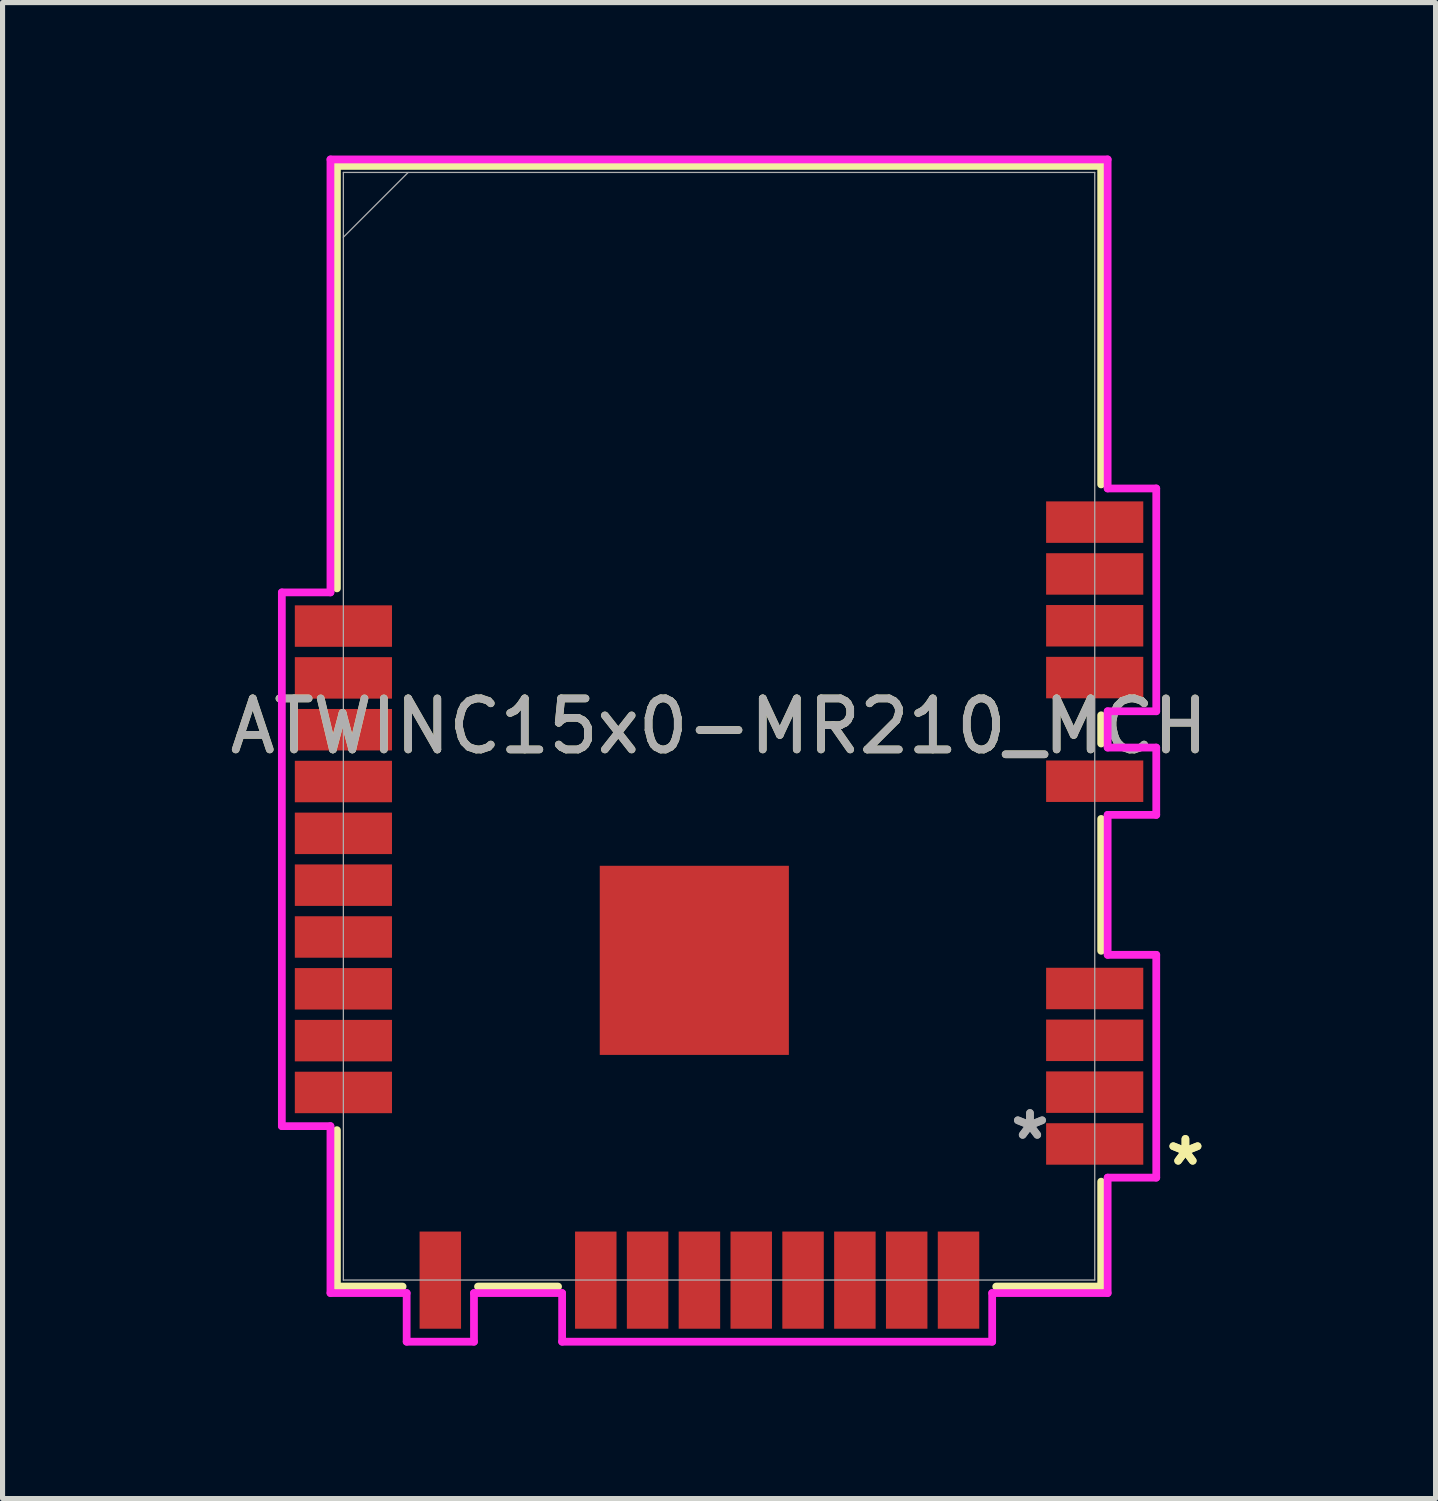
<source format=kicad_pcb>
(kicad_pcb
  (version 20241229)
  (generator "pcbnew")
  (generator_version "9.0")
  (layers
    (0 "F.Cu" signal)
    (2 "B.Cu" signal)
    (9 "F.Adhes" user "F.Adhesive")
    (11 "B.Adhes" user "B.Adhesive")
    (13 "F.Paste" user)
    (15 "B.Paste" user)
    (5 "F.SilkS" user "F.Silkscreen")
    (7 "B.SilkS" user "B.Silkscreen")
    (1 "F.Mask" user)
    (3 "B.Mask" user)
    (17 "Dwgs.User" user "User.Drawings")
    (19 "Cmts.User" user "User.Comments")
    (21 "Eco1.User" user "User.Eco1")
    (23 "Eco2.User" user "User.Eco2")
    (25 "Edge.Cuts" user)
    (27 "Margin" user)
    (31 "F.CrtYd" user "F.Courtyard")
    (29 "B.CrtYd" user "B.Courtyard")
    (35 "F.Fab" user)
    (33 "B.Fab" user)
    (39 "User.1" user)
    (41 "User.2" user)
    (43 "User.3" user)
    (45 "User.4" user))
  (footprint "ATWINC15x0-MR210_MCH"
    (layer "F.Cu")
    (at 11.048 11.189)
    (property "Reference" "ATWINC15x0-MR210_MCH" (at 0 0 0) (unlocked yes) (layer "F.SilkS") (effects (font (size 1 1) (thickness 0.15))))
    (attr smd)
    (fp_line (start -7.492 -10.986) (end 7.492 -10.986) (stroke (width 0.152) (type solid)) (layer "F.SilkS"))
    (fp_line (start -7.492 -2.703) (end -7.492 -10.986) (stroke (width 0.152) (type solid)) (layer "F.SilkS"))
    (fp_line (start -7.492 10.986) (end -7.492 7.919) (stroke (width 0.152) (type solid)) (layer "F.SilkS"))
    (fp_line (start -6.204 10.986) (end -7.492 10.986) (stroke (width 0.152) (type solid)) (layer "F.SilkS"))
    (fp_line (start -3.156 10.986) (end -4.726 10.986) (stroke (width 0.152) (type solid)) (layer "F.SilkS"))
    (fp_line (start 7.492 -10.986) (end 7.492 -4.741) (stroke (width 0.152) (type solid)) (layer "F.SilkS"))
    (fp_line (start 7.492 -0.215) (end 7.492 0.339) (stroke (width 0.152) (type solid)) (layer "F.SilkS"))
    (fp_line (start 7.492 1.817) (end 7.492 4.403) (stroke (width 0.152) (type solid)) (layer "F.SilkS"))
    (fp_line (start 7.492 8.929) (end 7.492 10.986) (stroke (width 0.152) (type solid)) (layer "F.SilkS"))
    (fp_line (start 7.492 10.986) (end 5.434 10.986) (stroke (width 0.152) (type solid)) (layer "F.SilkS"))
    (fp_poly (pts (xy -2.239 2.836) (xy -2.239 4.49) (xy -0.585 4.49) (xy -0.585 2.836)) (stroke (width 0) (type solid)) (fill yes) (layer "F.Paste"))
    (fp_poly (pts (xy -2.239 4.69) (xy -2.239 6.344) (xy -0.585 6.344) (xy -0.585 4.69)) (stroke (width 0) (type solid)) (fill yes) (layer "F.Paste"))
    (fp_poly (pts (xy -0.385 2.836) (xy -0.385 4.49) (xy 1.269 4.49) (xy 1.269 2.836)) (stroke (width 0) (type solid)) (fill yes) (layer "F.Paste"))
    (fp_poly (pts (xy -0.385 4.69) (xy -0.385 6.344) (xy 1.269 6.344) (xy 1.269 4.69)) (stroke (width 0) (type solid)) (fill yes) (layer "F.Paste"))
    (fp_poly (pts (xy -10.998 -10.858) (xy 10.998 -10.858) (xy 10.998 -5.855) (xy -10.998 -5.855)) (stroke (width 0.1) (type solid)) (fill no) (layer "Eco2.User"))
    (fp_line (start -8.572 -2.624) (end -8.572 7.84) (stroke (width 0.152) (type solid)) (layer "F.CrtYd"))
    (fp_line (start -8.572 7.84) (end -7.619 7.84) (stroke (width 0.152) (type solid)) (layer "F.CrtYd"))
    (fp_line (start -7.619 -11.113) (end -7.619 -2.624) (stroke (width 0.152) (type solid)) (layer "F.CrtYd"))
    (fp_line (start -7.619 -2.624) (end -8.572 -2.624) (stroke (width 0.152) (type solid)) (layer "F.CrtYd"))
    (fp_line (start -7.619 7.84) (end -7.619 11.113) (stroke (width 0.152) (type solid)) (layer "F.CrtYd"))
    (fp_line (start -7.619 11.113) (end -6.125 11.113) (stroke (width 0.152) (type solid)) (layer "F.CrtYd"))
    (fp_line (start -6.125 11.113) (end -6.125 12.067) (stroke (width 0.152) (type solid)) (layer "F.CrtYd"))
    (fp_line (start -6.125 12.067) (end -4.805 12.067) (stroke (width 0.152) (type solid)) (layer "F.CrtYd"))
    (fp_line (start -4.805 11.113) (end -3.077 11.113) (stroke (width 0.152) (type solid)) (layer "F.CrtYd"))
    (fp_line (start -4.805 12.067) (end -4.805 11.113) (stroke (width 0.152) (type solid)) (layer "F.CrtYd"))
    (fp_line (start -3.077 11.113) (end -3.077 12.067) (stroke (width 0.152) (type solid)) (layer "F.CrtYd"))
    (fp_line (start -3.077 12.067) (end 5.355 12.067) (stroke (width 0.152) (type solid)) (layer "F.CrtYd"))
    (fp_line (start 5.355 11.113) (end 7.619 11.113) (stroke (width 0.152) (type solid)) (layer "F.CrtYd"))
    (fp_line (start 5.355 12.067) (end 5.355 11.113) (stroke (width 0.152) (type solid)) (layer "F.CrtYd"))
    (fp_line (start 7.619 -11.113) (end -7.619 -11.113) (stroke (width 0.152) (type solid)) (layer "F.CrtYd"))
    (fp_line (start 7.619 -4.662) (end 7.619 -11.113) (stroke (width 0.152) (type solid)) (layer "F.CrtYd"))
    (fp_line (start 7.619 -0.294) (end 8.572 -0.294) (stroke (width 0.152) (type solid)) (layer "F.CrtYd"))
    (fp_line (start 7.619 0.418) (end 7.619 -0.294) (stroke (width 0.152) (type solid)) (layer "F.CrtYd"))
    (fp_line (start 7.619 1.738) (end 8.572 1.738) (stroke (width 0.152) (type solid)) (layer "F.CrtYd"))
    (fp_line (start 7.619 4.482) (end 7.619 1.738) (stroke (width 0.152) (type solid)) (layer "F.CrtYd"))
    (fp_line (start 7.619 8.85) (end 8.572 8.85) (stroke (width 0.152) (type solid)) (layer "F.CrtYd"))
    (fp_line (start 7.619 11.113) (end 7.619 8.85) (stroke (width 0.152) (type solid)) (layer "F.CrtYd"))
    (fp_line (start 8.572 -4.662) (end 7.619 -4.662) (stroke (width 0.152) (type solid)) (layer "F.CrtYd"))
    (fp_line (start 8.572 -0.294) (end 8.572 -4.662) (stroke (width 0.152) (type solid)) (layer "F.CrtYd"))
    (fp_line (start 8.572 0.418) (end 7.619 0.418) (stroke (width 0.152) (type solid)) (layer "F.CrtYd"))
    (fp_line (start 8.572 1.738) (end 8.572 0.418) (stroke (width 0.152) (type solid)) (layer "F.CrtYd"))
    (fp_line (start 8.572 4.482) (end 7.619 4.482) (stroke (width 0.152) (type solid)) (layer "F.CrtYd"))
    (fp_line (start 8.572 8.85) (end 8.572 4.482) (stroke (width 0.152) (type solid)) (layer "F.CrtYd"))
    (fp_line (start -7.366 -10.858) (end -7.366 10.858) (stroke (width 0.025) (type solid)) (layer "F.Fab"))
    (fp_line (start -7.366 -9.588) (end -6.096 -10.858) (stroke (width 0.025) (type solid)) (layer "F.Fab"))
    (fp_line (start -7.366 10.858) (end 7.366 10.858) (stroke (width 0.025) (type solid)) (layer "F.Fab"))
    (fp_line (start 7.366 -10.858) (end -7.366 -10.858) (stroke (width 0.025) (type solid)) (layer "F.Fab"))
    (fp_line (start 7.366 10.858) (end 7.366 -10.858) (stroke (width 0.025) (type solid)) (layer "F.Fab"))
    (fp_text user "*" (at 9.144 8.636 0) (unlocked yes) (layer "F.SilkS") (effects (font (size 1 1) (thickness 0.15))))
    (fp_text user "*" (at 9.144 8.636 0) (layer "F.SilkS") (effects (font (size 1 1) (thickness 0.15))))
    (fp_text user "*" (at 6.096 8.128 0) (layer "F.Fab") (effects (font (size 1 1) (thickness 0.15))))
    (fp_text user "${REFERENCE}" (at 0 0 0) (unlocked yes) (layer "F.Fab") (effects (font (size 1 1) (thickness 0.15))))
    (fp_text user "*" (at 6.096 8.128 0) (unlocked yes) (layer "F.Fab") (effects (font (size 1 1) (thickness 0.15))))
    (pad "1" smd rect (at 7.365 8.19 90) (size 0.813 1.905) (layers "F.Cu" "F.Mask" "F.Paste"))
    (pad "2" smd rect (at 7.365 7.174 90) (size 0.813 1.905) (layers "F.Cu" "F.Mask" "F.Paste"))
    (pad "3" smd rect (at 7.365 6.158 90) (size 0.813 1.905) (layers "F.Cu" "F.Mask" "F.Paste"))
    (pad "4" smd rect (at 7.365 5.142 90) (size 0.813 1.905) (layers "F.Cu" "F.Mask" "F.Paste"))
    (pad "5" smd rect (at 7.365 1.078 90) (size 0.813 1.905) (layers "F.Cu" "F.Mask" "F.Paste"))
    (pad "6" smd rect (at 7.365 -0.954 90) (size 0.813 1.905) (layers "F.Cu" "F.Mask" "F.Paste"))
    (pad "7" smd rect (at 7.365 -1.97 90) (size 0.813 1.905) (layers "F.Cu" "F.Mask" "F.Paste"))
    (pad "8" smd rect (at 7.365 -2.986 90) (size 0.813 1.905) (layers "F.Cu" "F.Mask" "F.Paste"))
    (pad "9" smd rect (at 7.365 -4.002 90) (size 0.813 1.905) (layers "F.Cu" "F.Mask" "F.Paste"))
    (pad "10" smd rect (at -7.365 -1.964 90) (size 0.813 1.905) (layers "F.Cu" "F.Mask" "F.Paste"))
    (pad "11" smd rect (at -7.365 -0.948 90) (size 0.813 1.905) (layers "F.Cu" "F.Mask" "F.Paste"))
    (pad "12" smd rect (at -7.365 0.068 90) (size 0.813 1.905) (layers "F.Cu" "F.Mask" "F.Paste"))
    (pad "13" smd rect (at -7.365 1.084 90) (size 0.813 1.905) (layers "F.Cu" "F.Mask" "F.Paste"))
    (pad "14" smd rect (at -7.365 2.1 90) (size 0.813 1.905) (layers "F.Cu" "F.Mask" "F.Paste"))
    (pad "15" smd rect (at -7.365 3.116 90) (size 0.813 1.905) (layers "F.Cu" "F.Mask" "F.Paste"))
    (pad "16" smd rect (at -7.365 4.132 90) (size 0.813 1.905) (layers "F.Cu" "F.Mask" "F.Paste"))
    (pad "17" smd rect (at -7.365 5.148 90) (size 0.813 1.905) (layers "F.Cu" "F.Mask" "F.Paste"))
    (pad "18" smd rect (at -7.365 6.164 90) (size 0.813 1.905) (layers "F.Cu" "F.Mask" "F.Paste"))
    (pad "19" smd rect (at -7.365 7.18 90) (size 0.813 1.905) (layers "F.Cu" "F.Mask" "F.Paste"))
    (pad "20" smd rect (at -5.465 10.86) (size 0.813 1.905) (layers "F.Cu" "F.Mask" "F.Paste"))
    (pad "21" smd rect (at -2.417 10.86) (size 0.813 1.905) (layers "F.Cu" "F.Mask" "F.Paste"))
    (pad "22" smd rect (at -1.401 10.86) (size 0.813 1.905) (layers "F.Cu" "F.Mask" "F.Paste"))
    (pad "23" smd rect (at -0.385 10.86) (size 0.813 1.905) (layers "F.Cu" "F.Mask" "F.Paste"))
    (pad "24" smd rect (at 0.631 10.86) (size 0.813 1.905) (layers "F.Cu" "F.Mask" "F.Paste"))
    (pad "25" smd rect (at 1.647 10.86) (size 0.813 1.905) (layers "F.Cu" "F.Mask" "F.Paste"))
    (pad "26" smd rect (at 2.663 10.86) (size 0.813 1.905) (layers "F.Cu" "F.Mask" "F.Paste"))
    (pad "27" smd rect (at 3.679 10.86) (size 0.813 1.905) (layers "F.Cu" "F.Mask" "F.Paste"))
    (pad "28" smd rect (at 4.695 10.86) (size 0.813 1.905) (layers "F.Cu" "F.Mask" "F.Paste"))
    (pad "29" smd rect (at -0.485 4.59) (size 3.708 3.708) (layers "F.Cu" "F.Mask" "F.Paste")))
  (gr_rect
    (start -3 -3)
    (end 25.096 26.331)
    (stroke (width 0.1) (type default))
    (fill no)
    (layer "Edge.Cuts")))
</source>
